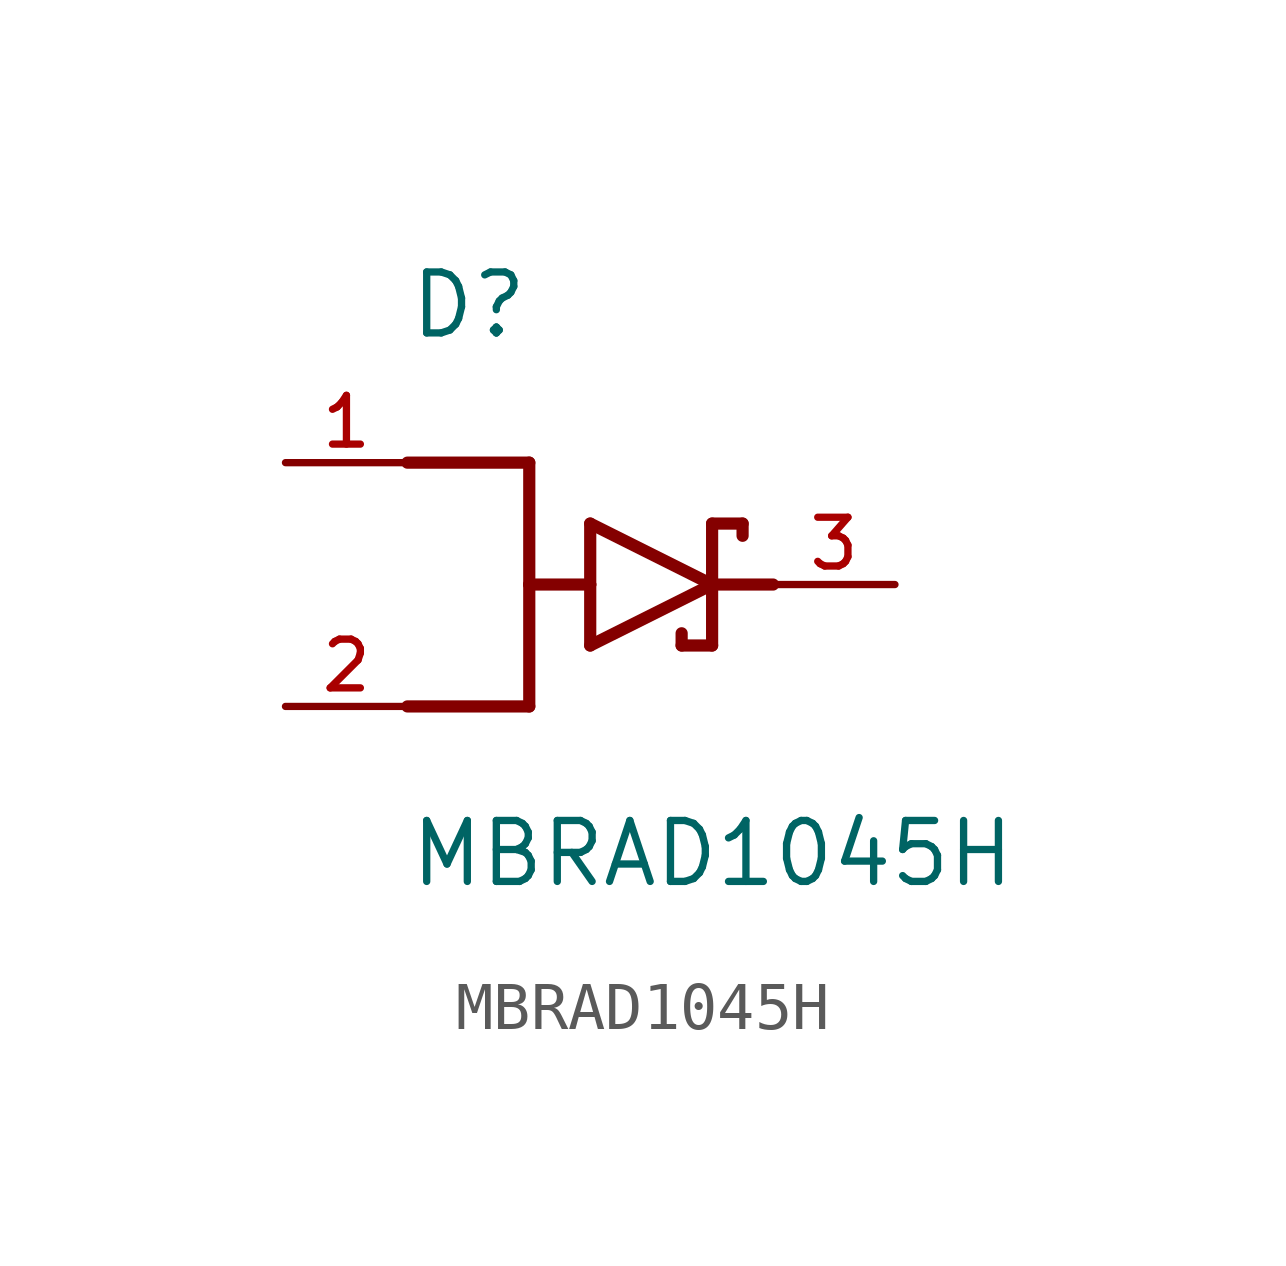
<source format=kicad_sym>
(kicad_symbol_lib
  (version 20211014)
  (generator kicad_symbol_editor)
  (symbol "MBRAD1045H"
    (pin_names
      (offset 1.016))
    (property "Reference" "D"
      (at -5.08 5.08 0)
      (effects (font (size 1.27 1.27)) (justify bottom left)))
    (property "Value" "MBRAD1045H"
      (at -5.08 -6.35 0)
      (effects (font (size 1.27 1.27)) (justify bottom left)))
    (symbol "MBRAD1045H_0_0"
      (polyline (pts (xy -5.08 -2.54) (xy -2.54 -2.54)) (stroke (width 0.254)))
      (polyline (pts (xy -2.54 -2.54) (xy -2.54 0.0)) (stroke (width 0.254)))
      (polyline (pts (xy -5.08 2.54) (xy -2.54 2.54)) (stroke (width 0.254)))
      (polyline (pts (xy -2.54 2.54) (xy -2.54 0.0)) (stroke (width 0.254)))
      (polyline (pts (xy -1.27 -1.27) (xy 1.27 0.0)) (stroke (width 0.254)))
      (polyline (pts (xy 1.27 0.0) (xy -1.27 1.27)) (stroke (width 0.254)))
      (polyline (pts (xy -1.27 1.27) (xy -1.27 0.0)) (stroke (width 0.254)))
      (polyline (pts (xy -1.27 0.0) (xy -1.27 -1.27)) (stroke (width 0.254)))
      (polyline (pts (xy -2.54 0.0) (xy -1.27 0.0)) (stroke (width 0.254)))
      (polyline (pts (xy 2.54 0.0) (xy 1.27 0.0)) (stroke (width 0.254)))
      (polyline (pts (xy 1.905 1.27) (xy 1.27 1.27)) (stroke (width 0.254)))
      (polyline (pts (xy 1.27 1.27) (xy 1.27 0.0)) (stroke (width 0.254)))
      (polyline (pts (xy 1.27 0.0) (xy 1.27 -1.27)) (stroke (width 0.254)))
      (polyline (pts (xy 1.905 1.27) (xy 1.905 1.016)) (stroke (width 0.254)))
      (polyline (pts (xy 1.27 -1.27) (xy 0.635 -1.27)) (stroke (width 0.254)))
      (polyline (pts (xy 0.635 -1.016) (xy 0.635 -1.27)) (stroke (width 0.254)))
      (pin passive line (at 5.08 0.0 180.0) (length 2.54) (name "~" (effects (font (size 1.016 1.016)))) (number "3" (effects (font (size 1.016 1.016)))))
      (pin passive line (at -7.62 2.54 0) (length 2.54) (name "~" (effects (font (size 1.016 1.016)))) (number "1" (effects (font (size 1.016 1.016)))))
      (pin passive line (at -7.62 -2.54 0) (length 2.54) (name "~" (effects (font (size 1.016 1.016)))) (number "2" (effects (font (size 1.016 1.016))))))))
</source>
